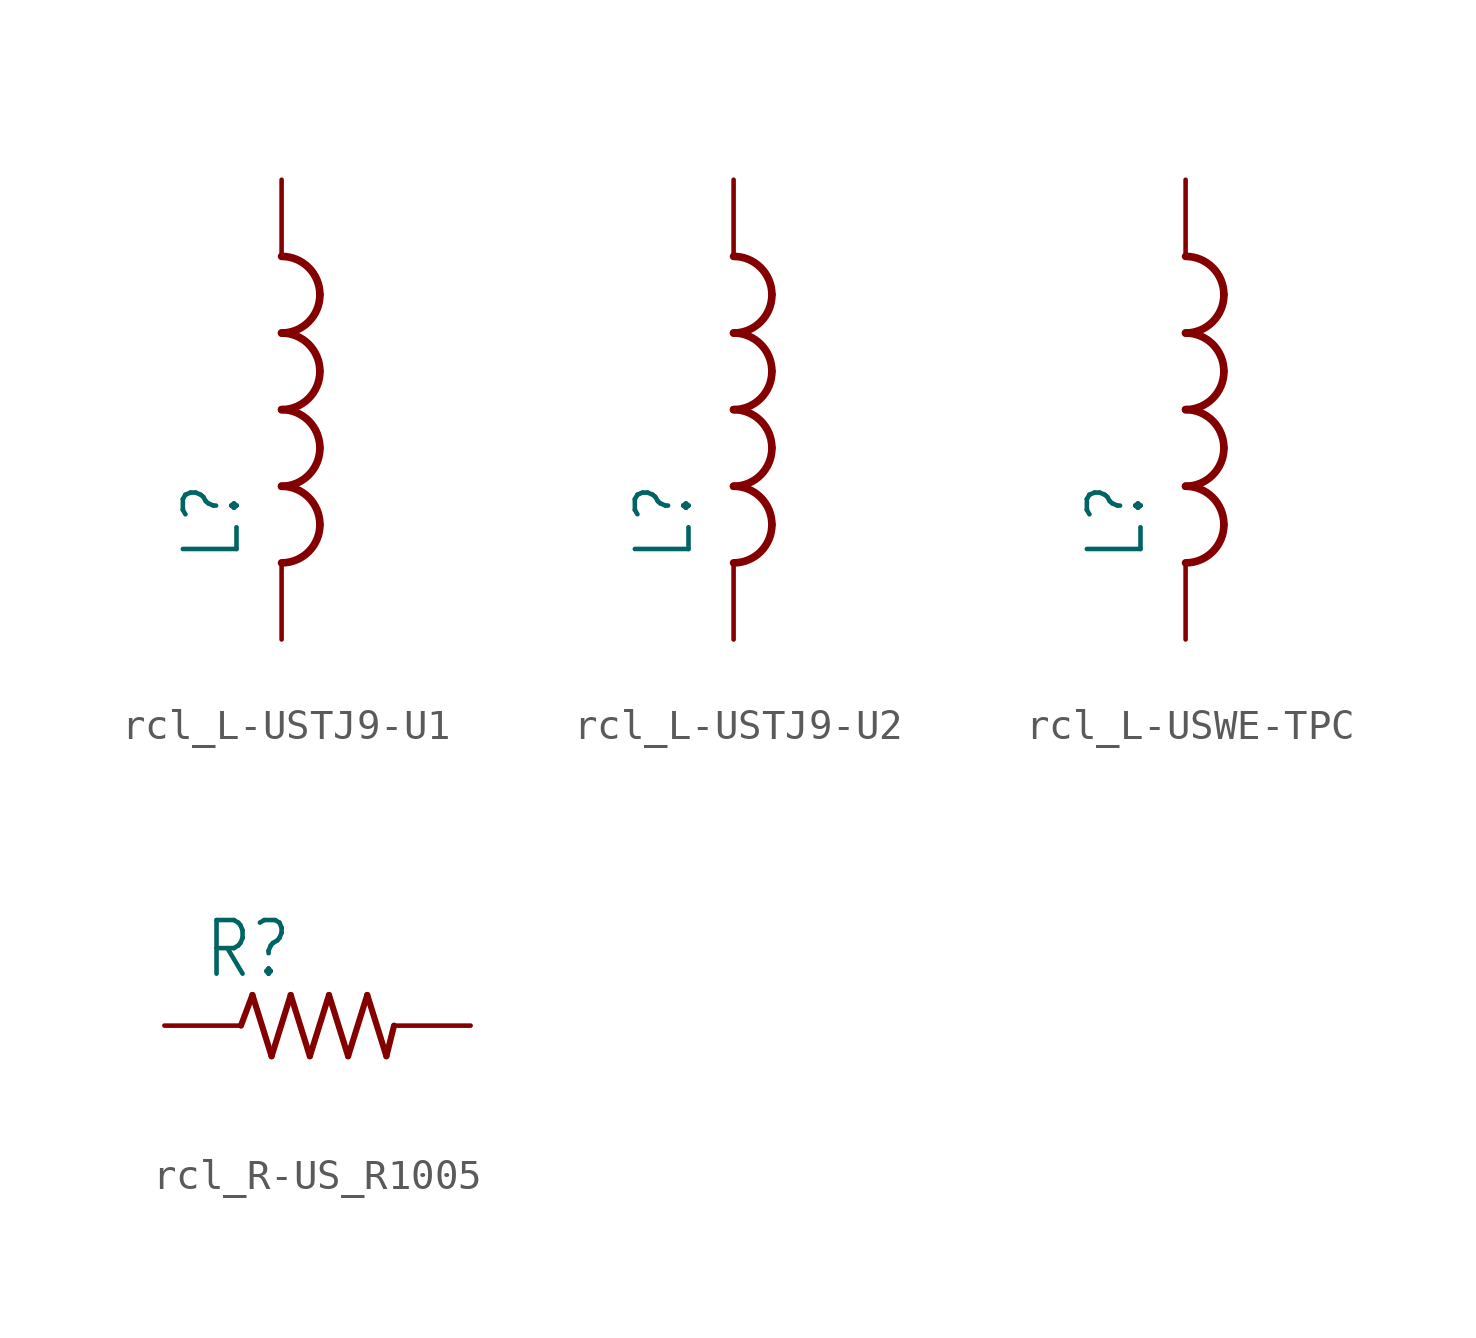
<source format=kicad_sym>
(kicad_symbol_lib
  (version 20241209)
  (generator "kicad_symbol_editor")
  (generator_version "9.0")
  (symbol "rcl_L-USTJ9-U1"
    (property "Reference" "L"
      (at -1.27 -5.08 90)
      (effects (font (size 1.778 1.511)) (justify left bottom)))
    (property "Value" ""
      (at 3.81 -5.08 90)
      (effects (font (size 1.778 1.511)) (justify left bottom)))
    (property "ki_locked" ""
      (at 0 0 0)
      (effects (font (size 1.27 1.27))))
    (symbol "rcl_L-USTJ9-U1_1_0"
      (arc (start 0 5.08) (mid 0.898 4.708) (end 1.27 3.81) (stroke (width 0.254) (type solid)) (fill (type none)))
      (arc (start 1.27 3.81) (mid 0.898 2.912) (end 0 2.54) (stroke (width 0.254) (type solid)) (fill (type none)))
      (arc (start 0 2.54) (mid 0.898 2.168) (end 1.27 1.27) (stroke (width 0.254) (type solid)) (fill (type none)))
      (arc (start 1.27 1.27) (mid 0.898 0.372) (end 0 0) (stroke (width 0.254) (type solid)) (fill (type none)))
      (arc (start 0 0) (mid 0.898 -0.372) (end 1.27 -1.27) (stroke (width 0.254) (type solid)) (fill (type none)))
      (arc (start 1.27 -1.27) (mid 0.898 -2.168) (end 0 -2.54) (stroke (width 0.254) (type solid)) (fill (type none)))
      (arc (start 0 -2.54) (mid 0.898 -2.912) (end 1.27 -3.81) (stroke (width 0.254) (type solid)) (fill (type none)))
      (arc (start 1.27 -3.81) (mid 0.898 -4.708) (end 0 -5.08) (stroke (width 0.254) (type solid)) (fill (type none)))
      (pin passive line (at 0 7.62 270) (length 2.54) (name "1" (effects (font (size 0 0)))) (number "1" (effects (font (size 0 0)))))
      (pin passive line (at 0 -7.62 90) (length 2.54) (name "2" (effects (font (size 0 0)))) (number "2" (effects (font (size 0 0)))))))
  (symbol "rcl_L-USTJ9-U2"
    (property "Reference" "L"
      (at -1.27 -5.08 90)
      (effects (font (size 1.778 1.511)) (justify left bottom)))
    (property "Value" ""
      (at 3.81 -5.08 90)
      (effects (font (size 1.778 1.511)) (justify left bottom)))
    (property "ki_locked" ""
      (at 0 0 0)
      (effects (font (size 1.27 1.27))))
    (symbol "rcl_L-USTJ9-U2_1_0"
      (arc (start 0 5.08) (mid 0.898 4.708) (end 1.27 3.81) (stroke (width 0.254) (type solid)) (fill (type none)))
      (arc (start 1.27 3.81) (mid 0.898 2.912) (end 0 2.54) (stroke (width 0.254) (type solid)) (fill (type none)))
      (arc (start 0 2.54) (mid 0.898 2.168) (end 1.27 1.27) (stroke (width 0.254) (type solid)) (fill (type none)))
      (arc (start 1.27 1.27) (mid 0.898 0.372) (end 0 0) (stroke (width 0.254) (type solid)) (fill (type none)))
      (arc (start 0 0) (mid 0.898 -0.372) (end 1.27 -1.27) (stroke (width 0.254) (type solid)) (fill (type none)))
      (arc (start 1.27 -1.27) (mid 0.898 -2.168) (end 0 -2.54) (stroke (width 0.254) (type solid)) (fill (type none)))
      (arc (start 0 -2.54) (mid 0.898 -2.912) (end 1.27 -3.81) (stroke (width 0.254) (type solid)) (fill (type none)))
      (arc (start 1.27 -3.81) (mid 0.898 -4.708) (end 0 -5.08) (stroke (width 0.254) (type solid)) (fill (type none)))
      (pin passive line (at 0 7.62 270) (length 2.54) (name "1" (effects (font (size 0 0)))) (number "1" (effects (font (size 0 0)))))
      (pin passive line (at 0 -7.62 90) (length 2.54) (name "2" (effects (font (size 0 0)))) (number "2" (effects (font (size 0 0)))))))
  (symbol "rcl_L-USWE-TPC"
    (property "Reference" "L"
      (at -1.27 -5.08 90)
      (effects (font (size 1.778 1.511)) (justify left bottom)))
    (property "Value" ""
      (at 3.81 -5.08 90)
      (effects (font (size 1.778 1.511)) (justify left bottom)))
    (property "ki_locked" ""
      (at 0 0 0)
      (effects (font (size 1.27 1.27))))
    (symbol "rcl_L-USWE-TPC_1_0"
      (arc (start 0 5.08) (mid 0.898 4.708) (end 1.27 3.81) (stroke (width 0.254) (type solid)) (fill (type none)))
      (arc (start 1.27 3.81) (mid 0.898 2.912) (end 0 2.54) (stroke (width 0.254) (type solid)) (fill (type none)))
      (arc (start 0 2.54) (mid 0.898 2.168) (end 1.27 1.27) (stroke (width 0.254) (type solid)) (fill (type none)))
      (arc (start 1.27 1.27) (mid 0.898 0.372) (end 0 0) (stroke (width 0.254) (type solid)) (fill (type none)))
      (arc (start 0 0) (mid 0.898 -0.372) (end 1.27 -1.27) (stroke (width 0.254) (type solid)) (fill (type none)))
      (arc (start 1.27 -1.27) (mid 0.898 -2.168) (end 0 -2.54) (stroke (width 0.254) (type solid)) (fill (type none)))
      (arc (start 0 -2.54) (mid 0.898 -2.912) (end 1.27 -3.81) (stroke (width 0.254) (type solid)) (fill (type none)))
      (arc (start 1.27 -3.81) (mid 0.898 -4.708) (end 0 -5.08) (stroke (width 0.254) (type solid)) (fill (type none)))
      (pin passive line (at 0 7.62 270) (length 2.54) (name "1" (effects (font (size 0 0)))) (number "1" (effects (font (size 0 0)))))
      (pin passive line (at 0 -7.62 90) (length 2.54) (name "2" (effects (font (size 0 0)))) (number "2" (effects (font (size 0 0)))))))
  (symbol "rcl_R-US_R1005"
    (property "Reference" "R"
      (at -3.81 1.499 0)
      (effects (font (size 1.778 1.511)) (justify left bottom)))
    (property "Value" ""
      (at -3.81 -3.302 0)
      (effects (font (size 1.778 1.511)) (justify left bottom)))
    (property "ki_locked" ""
      (at 0 0 0)
      (effects (font (size 1.27 1.27))))
    (symbol "rcl_R-US_R1005_1_0"
      (polyline (pts (xy -2.54 0) (xy -2.159 1.016)) (stroke (width 0.203) (type solid)) (fill (type none)))
      (polyline (pts (xy -2.159 1.016) (xy -1.524 -1.016)) (stroke (width 0.203) (type solid)) (fill (type none)))
      (polyline (pts (xy -1.524 -1.016) (xy -0.889 1.016)) (stroke (width 0.203) (type solid)) (fill (type none)))
      (polyline (pts (xy -0.889 1.016) (xy -0.254 -1.016)) (stroke (width 0.203) (type solid)) (fill (type none)))
      (polyline (pts (xy -0.254 -1.016) (xy 0.381 1.016)) (stroke (width 0.203) (type solid)) (fill (type none)))
      (polyline (pts (xy 0.381 1.016) (xy 1.016 -1.016)) (stroke (width 0.203) (type solid)) (fill (type none)))
      (polyline (pts (xy 1.016 -1.016) (xy 1.651 1.016)) (stroke (width 0.203) (type solid)) (fill (type none)))
      (polyline (pts (xy 1.651 1.016) (xy 2.286 -1.016)) (stroke (width 0.203) (type solid)) (fill (type none)))
      (polyline (pts (xy 2.286 -1.016) (xy 2.54 0)) (stroke (width 0.203) (type solid)) (fill (type none)))
      (pin passive line (at -5.08 0 0) (length 2.54) (name "1" (effects (font (size 0 0)))) (number "1" (effects (font (size 0 0)))))
      (pin passive line (at 5.08 0 180) (length 2.54) (name "2" (effects (font (size 0 0)))) (number "2" (effects (font (size 0 0))))))))
</source>
